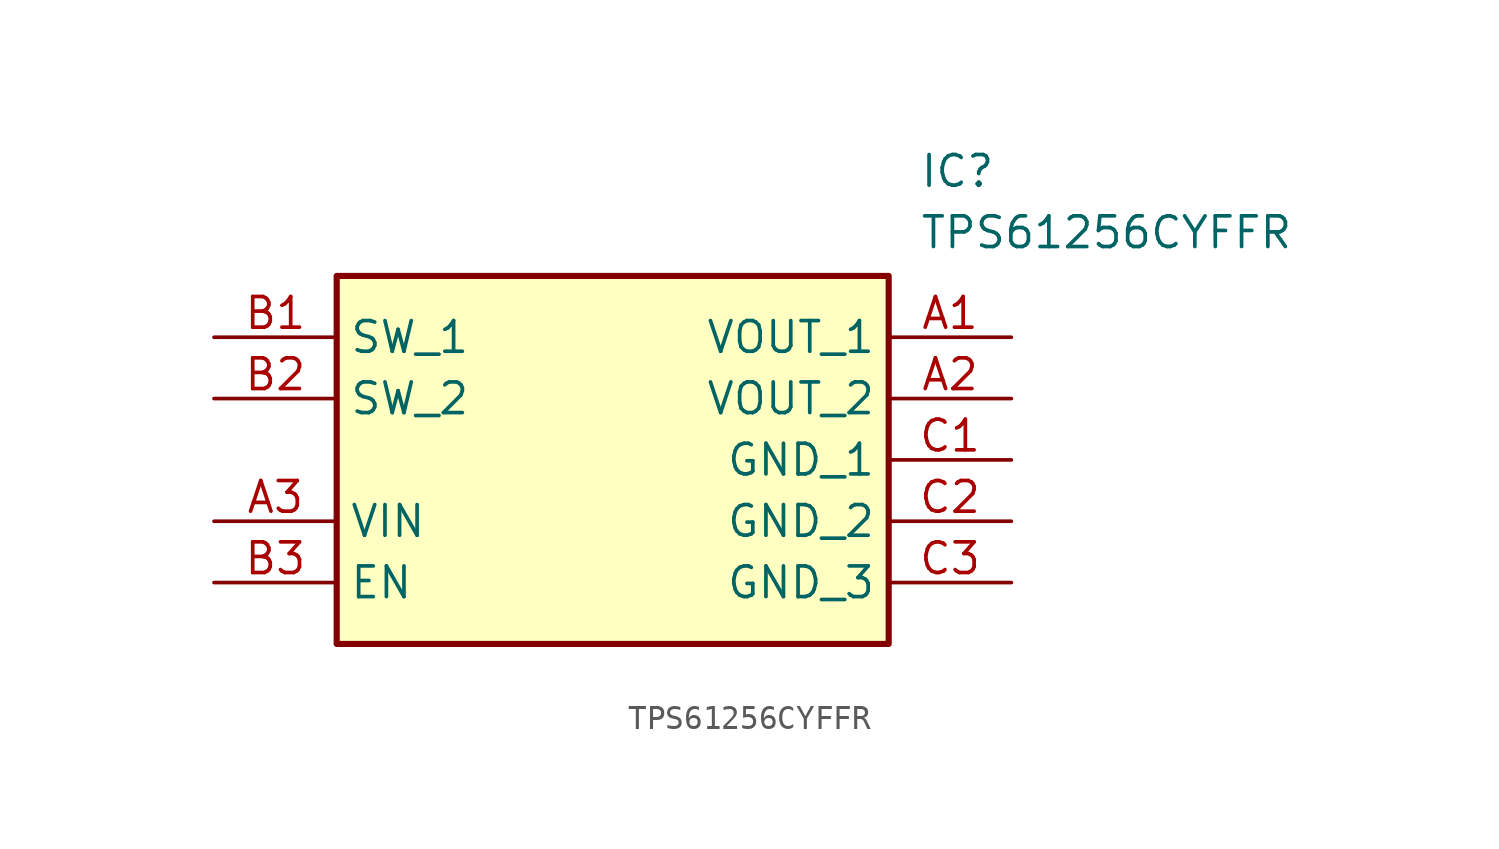
<source format=kicad_sym>
(kicad_symbol_lib
  (version 20220914)
  (generator kicad_symbol_editor)
  (symbol "TPS61256CYFFR"
    (property "Reference" "IC"
      (at 29.21 7.62 0)
      (effects (font (size 1.27 1.27)) (justify left top)))
    (property "Value" "TPS61256CYFFR"
      (at 29.21 5.08 0)
      (effects (font (size 1.27 1.27)) (justify left top)))
    (symbol "TPS61256CYFFR_1_1"
      (rectangle (start 5.08 2.54) (end 27.94 -12.7) (stroke (width 0.254) (type default)) (fill (type background)))
      (pin passive line (at 33.02 0 180) (length 5.08) (name "VOUT_1" (effects (font (size 1.27 1.27)))) (number "A1" (effects (font (size 1.27 1.27)))))
      (pin passive line (at 33.02 -2.54 180) (length 5.08) (name "VOUT_2" (effects (font (size 1.27 1.27)))) (number "A2" (effects (font (size 1.27 1.27)))))
      (pin passive line (at 0 -7.62 0) (length 5.08) (name "VIN" (effects (font (size 1.27 1.27)))) (number "A3" (effects (font (size 1.27 1.27)))))
      (pin passive line (at 0 0 0) (length 5.08) (name "SW_1" (effects (font (size 1.27 1.27)))) (number "B1" (effects (font (size 1.27 1.27)))))
      (pin passive line (at 0 -2.54 0) (length 5.08) (name "SW_2" (effects (font (size 1.27 1.27)))) (number "B2" (effects (font (size 1.27 1.27)))))
      (pin passive line (at 0 -10.16 0) (length 5.08) (name "EN" (effects (font (size 1.27 1.27)))) (number "B3" (effects (font (size 1.27 1.27)))))
      (pin passive line (at 33.02 -5.08 180) (length 5.08) (name "GND_1" (effects (font (size 1.27 1.27)))) (number "C1" (effects (font (size 1.27 1.27)))))
      (pin passive line (at 33.02 -7.62 180) (length 5.08) (name "GND_2" (effects (font (size 1.27 1.27)))) (number "C2" (effects (font (size 1.27 1.27)))))
      (pin passive line (at 33.02 -10.16 180) (length 5.08) (name "GND_3" (effects (font (size 1.27 1.27)))) (number "C3" (effects (font (size 1.27 1.27))))))))
</source>
